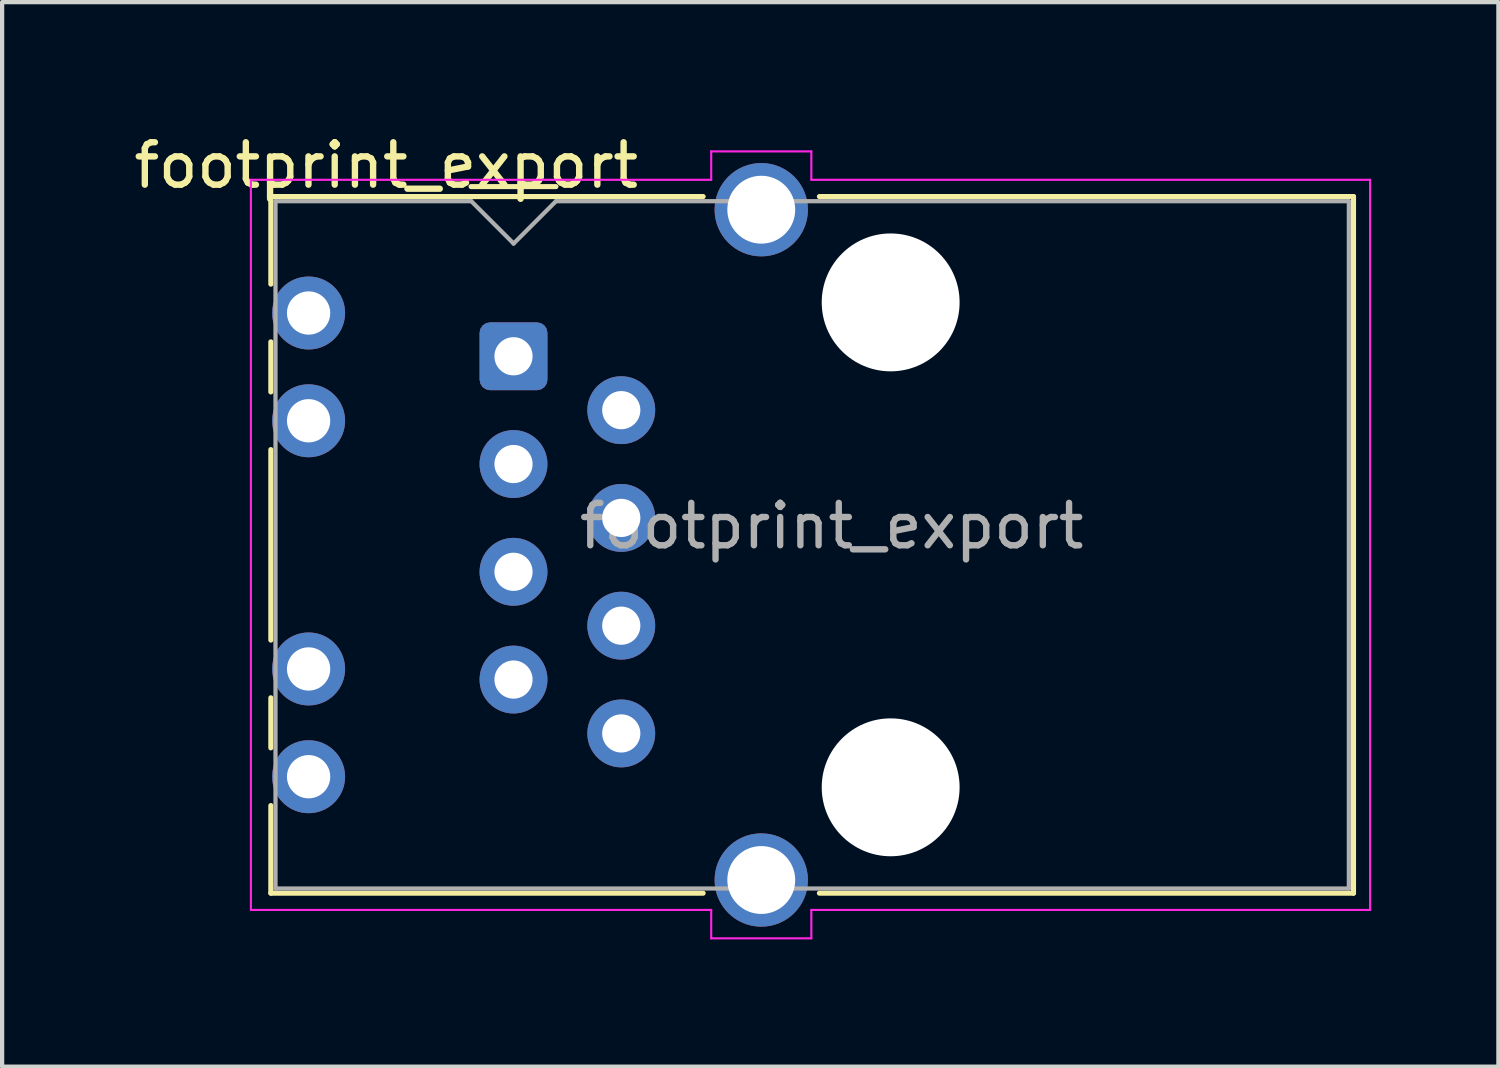
<source format=kicad_pcb>
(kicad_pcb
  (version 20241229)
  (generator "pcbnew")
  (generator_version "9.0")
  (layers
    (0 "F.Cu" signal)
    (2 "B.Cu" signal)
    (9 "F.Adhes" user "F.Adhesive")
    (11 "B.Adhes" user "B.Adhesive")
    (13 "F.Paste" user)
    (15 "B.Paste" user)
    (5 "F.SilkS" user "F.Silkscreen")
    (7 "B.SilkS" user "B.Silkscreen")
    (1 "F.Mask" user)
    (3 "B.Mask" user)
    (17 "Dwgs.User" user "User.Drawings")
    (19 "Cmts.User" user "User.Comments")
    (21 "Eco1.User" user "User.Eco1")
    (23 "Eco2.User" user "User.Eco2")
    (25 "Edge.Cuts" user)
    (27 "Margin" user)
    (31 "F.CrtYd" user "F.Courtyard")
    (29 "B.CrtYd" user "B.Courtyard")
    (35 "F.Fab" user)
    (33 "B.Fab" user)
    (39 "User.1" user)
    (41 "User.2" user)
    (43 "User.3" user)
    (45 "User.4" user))
  (footprint "footprint_export"
    (layer "F.Cu")
    (at 9.054 5.348)
    (property "Reference" "footprint_export" (at -3 -4.5 0) (layer "F.SilkS") (effects (font (size 1 1) (thickness 0.15))))
    (attr through_hole)
    (fp_line (start -5.72 -3.765) (end -5.72 -1.7) (stroke (width 0.12) (type solid)) (layer "F.SilkS"))
    (fp_line (start -5.72 0.84) (end -5.72 -0.34) (stroke (width 0.12) (type solid)) (layer "F.SilkS"))
    (fp_line (start -5.72 6.69) (end -5.72 2.2) (stroke (width 0.12) (type solid)) (layer "F.SilkS"))
    (fp_line (start -5.72 9.23) (end -5.72 8.05) (stroke (width 0.12) (type solid)) (layer "F.SilkS"))
    (fp_line (start -5.72 10.59) (end -5.72 12.655) (stroke (width 0.12) (type solid)) (layer "F.SilkS"))
    (fp_line (start -5.72 12.655) (end 4.47 12.655) (stroke (width 0.12) (type solid)) (layer "F.SilkS"))
    (fp_line (start -1 -4) (end 1 -4) (stroke (width 0.12) (type solid)) (layer "F.SilkS"))
    (fp_line (start 4.47 -3.765) (end -5.72 -3.765) (stroke (width 0.12) (type solid)) (layer "F.SilkS"))
    (fp_line (start 7.21 12.655) (end 19.8 12.655) (stroke (width 0.12) (type solid)) (layer "F.SilkS"))
    (fp_line (start 19.8 -3.765) (end 7.21 -3.765) (stroke (width 0.12) (type solid)) (layer "F.SilkS"))
    (fp_line (start 19.8 12.655) (end 19.8 -3.765) (stroke (width 0.12) (type solid)) (layer "F.SilkS"))
    (fp_line (start -6.19 -4.16) (end -6.19 13.05) (stroke (width 0.05) (type solid)) (layer "F.CrtYd"))
    (fp_line (start 4.66 -4.83) (end 4.66 -4.16) (stroke (width 0.05) (type solid)) (layer "F.CrtYd"))
    (fp_line (start 4.66 -4.16) (end -6.19 -4.16) (stroke (width 0.05) (type solid)) (layer "F.CrtYd"))
    (fp_line (start 4.66 13.05) (end -6.19 13.05) (stroke (width 0.05) (type solid)) (layer "F.CrtYd"))
    (fp_line (start 4.66 13.05) (end 4.66 13.72) (stroke (width 0.05) (type solid)) (layer "F.CrtYd"))
    (fp_line (start 7.02 -4.83) (end 4.66 -4.83) (stroke (width 0.05) (type solid)) (layer "F.CrtYd"))
    (fp_line (start 7.02 -4.83) (end 7.02 -4.16) (stroke (width 0.05) (type solid)) (layer "F.CrtYd"))
    (fp_line (start 7.02 13.05) (end 7.02 13.72) (stroke (width 0.05) (type solid)) (layer "F.CrtYd"))
    (fp_line (start 7.02 13.72) (end 4.66 13.72) (stroke (width 0.05) (type solid)) (layer "F.CrtYd"))
    (fp_line (start 20.19 -4.16) (end 7.02 -4.16) (stroke (width 0.05) (type solid)) (layer "F.CrtYd"))
    (fp_line (start 20.19 13.05) (end 7.02 13.05) (stroke (width 0.05) (type solid)) (layer "F.CrtYd"))
    (fp_line (start 20.19 13.05) (end 20.19 -4.16) (stroke (width 0.05) (type solid)) (layer "F.CrtYd"))
    (fp_line (start -5.61 -3.655) (end -5.61 12.545) (stroke (width 0.1) (type solid)) (layer "F.Fab"))
    (fp_line (start -5.61 12.545) (end 19.69 12.545) (stroke (width 0.1) (type solid)) (layer "F.Fab"))
    (fp_line (start -1 -3.655) (end -5.61 -3.655) (stroke (width 0.1) (type solid)) (layer "F.Fab"))
    (fp_line (start 0 -2.66) (end -1 -3.66) (stroke (width 0.1) (type solid)) (layer "F.Fab"))
    (fp_line (start 0 -2.655) (end 1 -3.655) (stroke (width 0.1) (type solid)) (layer "F.Fab"))
    (fp_line (start 19.69 -3.655) (end 1 -3.655) (stroke (width 0.1) (type solid)) (layer "F.Fab"))
    (fp_line (start 19.69 12.545) (end 19.69 -3.655) (stroke (width 0.1) (type solid)) (layer "F.Fab"))
    (fp_text user "${REFERENCE}" (at 7.5 4 180) (layer "F.Fab") (effects (font (size 1 1) (thickness 0.15))))
    (pad "" np_thru_hole circle (at 8.89 -1.27 90) (size 3.25 3.25) (drill 3.25) (layers "*.Cu" "*.Mask"))
    (pad "" np_thru_hole circle (at 8.89 10.16 90) (size 3.25 3.25) (drill 3.25) (layers "*.Cu" "*.Mask"))
    (pad "1" thru_hole roundrect (at 0 0 90) (size 1.6 1.6) (drill 0.9) (layers "*.Cu" "*.Mask") (roundrect_rratio 0.155))
    (pad "2" thru_hole circle (at 2.54 1.27 90) (size 1.6 1.6) (drill 0.9) (layers "*.Cu" "*.Mask"))
    (pad "3" thru_hole circle (at 0 2.54 90) (size 1.6 1.6) (drill 0.9) (layers "*.Cu" "*.Mask"))
    (pad "4" thru_hole circle (at 2.54 3.81 90) (size 1.6 1.6) (drill 0.9) (layers "*.Cu" "*.Mask"))
    (pad "5" thru_hole circle (at 0 5.08 90) (size 1.6 1.6) (drill 0.9) (layers "*.Cu" "*.Mask"))
    (pad "6" thru_hole circle (at 2.54 6.35 90) (size 1.6 1.6) (drill 0.9) (layers "*.Cu" "*.Mask"))
    (pad "7" thru_hole circle (at 0 7.62 90) (size 1.6 1.6) (drill 0.9) (layers "*.Cu" "*.Mask"))
    (pad "8" thru_hole circle (at 2.54 8.89 90) (size 1.6 1.6) (drill 0.9) (layers "*.Cu" "*.Mask"))
    (pad "9" thru_hole circle (at -4.83 -1.02 90) (size 1.72 1.72) (drill 1.02) (layers "*.Cu" "*.Mask"))
    (pad "10" thru_hole circle (at -4.83 1.52 90) (size 1.72 1.72) (drill 1.02) (layers "*.Cu" "*.Mask"))
    (pad "11" thru_hole circle (at -4.83 7.37 90) (size 1.72 1.72) (drill 1.02) (layers "*.Cu" "*.Mask"))
    (pad "12" thru_hole circle (at -4.83 9.91 90) (size 1.72 1.72) (drill 1.02) (layers "*.Cu" "*.Mask"))
    (pad "SH" thru_hole circle (at 5.84 -3.455 90) (size 2.2 2.2) (drill 1.6) (layers "*.Cu" "*.Mask"))
    (pad "SH" thru_hole circle (at 5.84 12.345 90) (size 2.2 2.2) (drill 1.6) (layers "*.Cu" "*.Mask")))
  (gr_rect
    (start -3 -3)
    (end 32.269 22.093)
    (stroke (width 0.1) (type default))
    (fill no)
    (layer "Edge.Cuts")))
</source>
